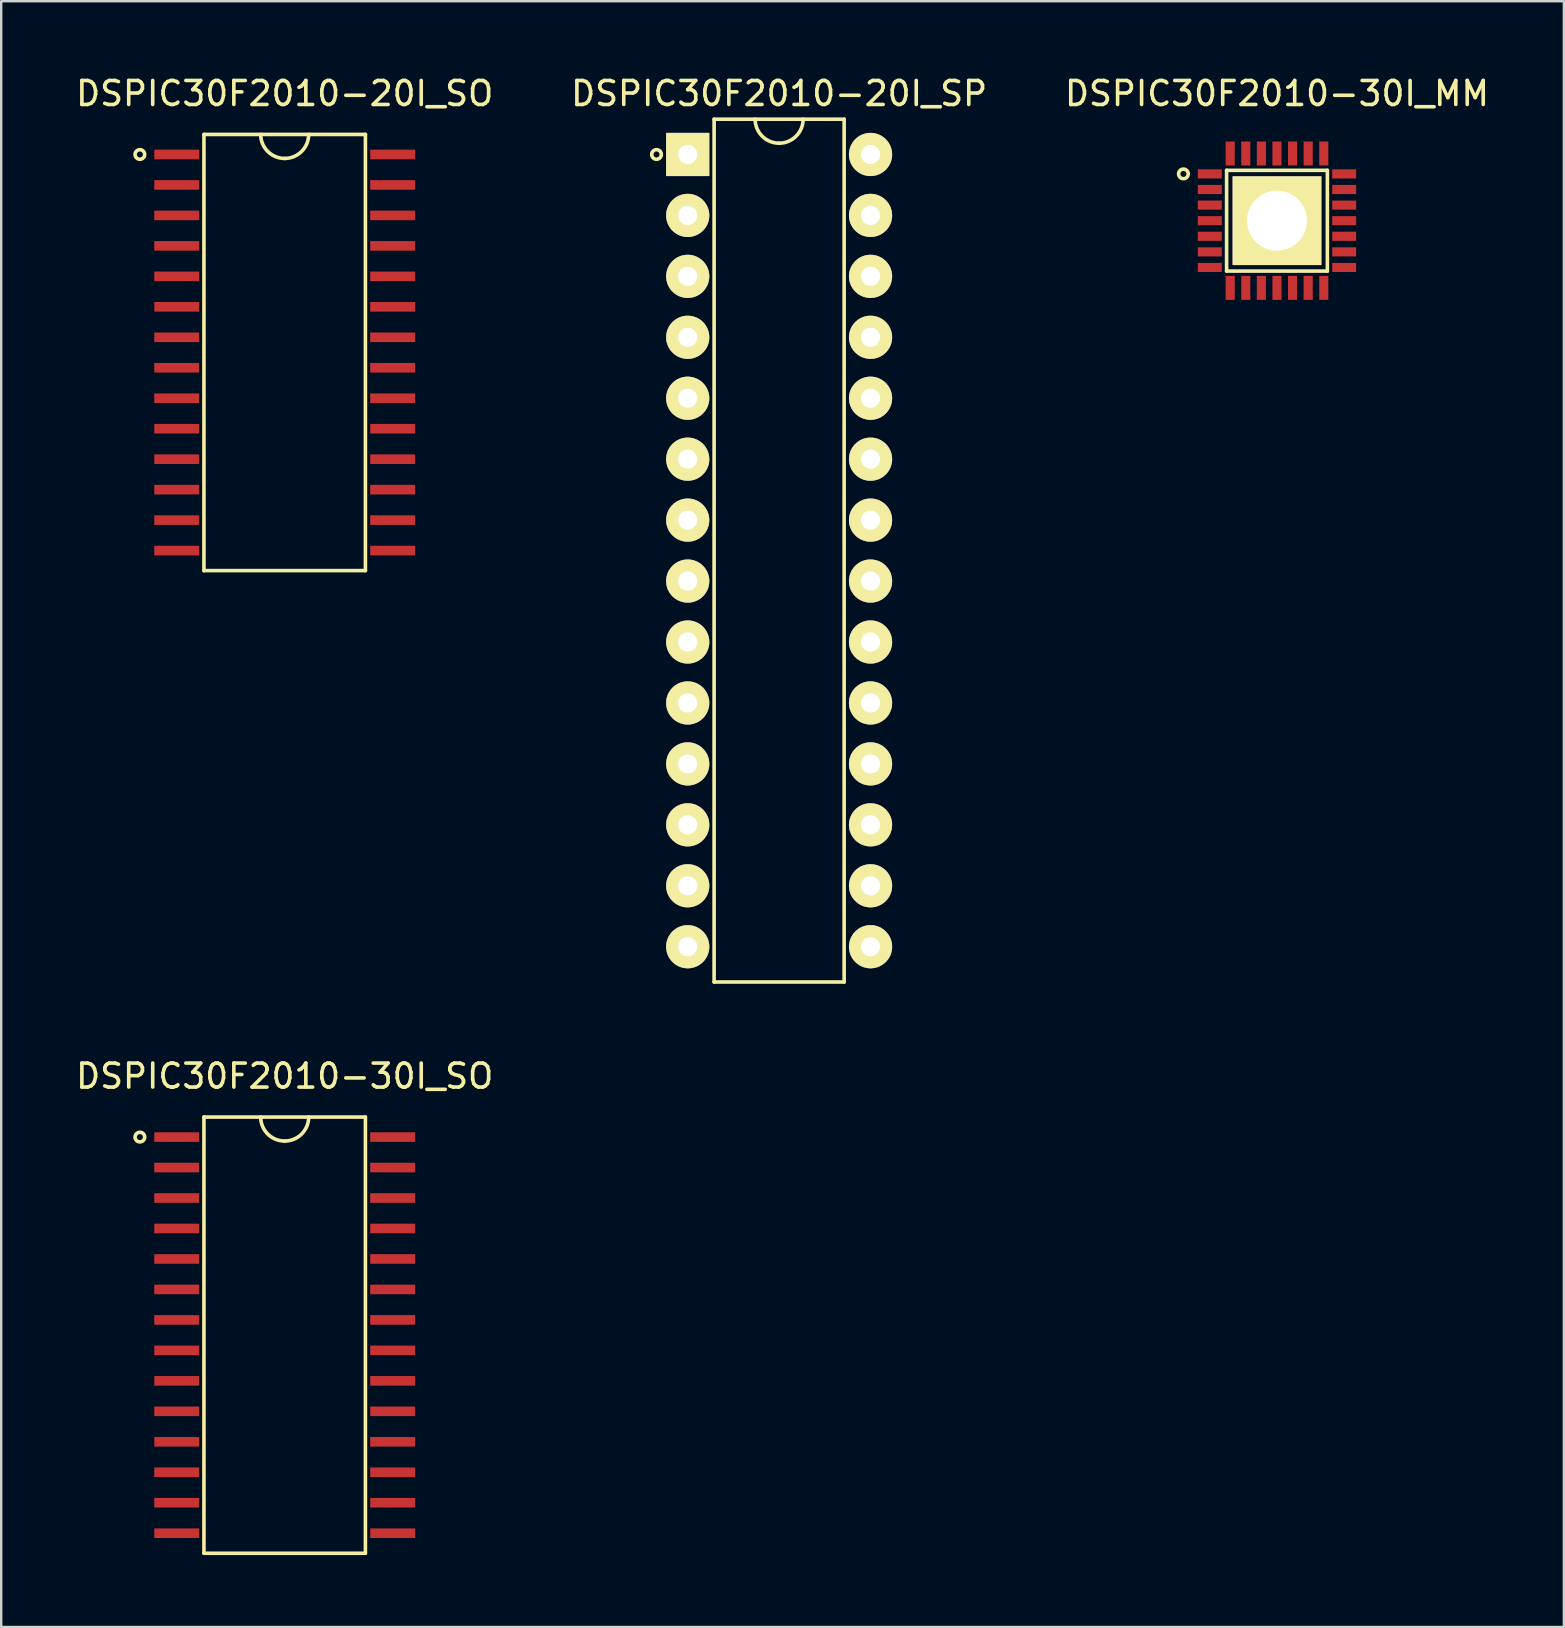
<source format=kicad_pcb>
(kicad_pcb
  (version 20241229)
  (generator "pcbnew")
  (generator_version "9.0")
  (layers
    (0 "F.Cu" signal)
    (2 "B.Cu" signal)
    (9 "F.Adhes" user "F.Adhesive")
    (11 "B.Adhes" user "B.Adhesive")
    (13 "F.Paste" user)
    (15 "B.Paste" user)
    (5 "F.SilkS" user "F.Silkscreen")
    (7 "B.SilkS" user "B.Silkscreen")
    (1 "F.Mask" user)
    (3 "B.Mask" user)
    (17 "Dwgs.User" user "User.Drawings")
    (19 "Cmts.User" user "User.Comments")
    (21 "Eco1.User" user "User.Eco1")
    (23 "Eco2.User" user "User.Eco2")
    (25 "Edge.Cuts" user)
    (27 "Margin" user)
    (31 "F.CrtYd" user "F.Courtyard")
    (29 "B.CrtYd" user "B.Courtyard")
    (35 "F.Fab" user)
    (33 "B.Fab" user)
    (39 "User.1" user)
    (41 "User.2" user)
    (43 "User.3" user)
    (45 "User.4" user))
  (footprint "DSPIC30F2010-20I_SP"
    (layer "F.Cu")
    (at 25.613 3.388)
    (property "Reference" "DSPIC30F2010-20I_SP" (at 3.81 -2.54 0) (layer "F.SilkS") (effects (font (size 1 1) (thickness 0.15))))
    (attr through_hole)
    (fp_line (start 1.1 -1.47) (end 6.52 -1.47) (stroke (width 0.15) (type solid)) (layer "F.SilkS"))
    (fp_line (start 1.1 34.49) (end 1.1 -1.47) (stroke (width 0.15) (type solid)) (layer "F.SilkS"))
    (fp_line (start 6.52 -1.47) (end 6.52 34.49) (stroke (width 0.15) (type solid)) (layer "F.SilkS"))
    (fp_line (start 6.52 34.49) (end 1.1 34.49) (stroke (width 0.15) (type solid)) (layer "F.SilkS"))
    (fp_arc (start 3.81 -0.47) (mid 3.102893 -0.762893) (end 2.81 -1.47) (stroke (width 0.15) (type solid)) (layer "F.SilkS"))
    (fp_arc (start 4.81 -1.47) (mid 4.517107 -0.762893) (end 3.81 -0.47) (stroke (width 0.15) (type solid)) (layer "F.SilkS"))
    (fp_circle (center -1.3 0) (end -1.3 0.2) (stroke (width 0.15) (type solid)) (fill no) (layer "F.SilkS"))
    (pad "1" thru_hole rect (at 0 0) (size 1.8 1.8) (drill 0.8) (layers "*.Cu" "*.Mask" "F.SilkS"))
    (pad "2" thru_hole circle (at 0 2.54) (size 1.8 1.8) (drill 0.8) (layers "*.Cu" "*.Mask" "F.SilkS"))
    (pad "3" thru_hole circle (at 0 5.08) (size 1.8 1.8) (drill 0.8) (layers "*.Cu" "*.Mask" "F.SilkS"))
    (pad "4" thru_hole circle (at 0 7.62) (size 1.8 1.8) (drill 0.8) (layers "*.Cu" "*.Mask" "F.SilkS"))
    (pad "5" thru_hole circle (at 0 10.16) (size 1.8 1.8) (drill 0.8) (layers "*.Cu" "*.Mask" "F.SilkS"))
    (pad "6" thru_hole circle (at 0 12.7) (size 1.8 1.8) (drill 0.8) (layers "*.Cu" "*.Mask" "F.SilkS"))
    (pad "7" thru_hole circle (at 0 15.24) (size 1.8 1.8) (drill 0.8) (layers "*.Cu" "*.Mask" "F.SilkS"))
    (pad "8" thru_hole circle (at 0 17.78) (size 1.8 1.8) (drill 0.8) (layers "*.Cu" "*.Mask" "F.SilkS"))
    (pad "9" thru_hole circle (at 0 20.32) (size 1.8 1.8) (drill 0.8) (layers "*.Cu" "*.Mask" "F.SilkS"))
    (pad "10" thru_hole circle (at 0 22.86) (size 1.8 1.8) (drill 0.8) (layers "*.Cu" "*.Mask" "F.SilkS"))
    (pad "11" thru_hole circle (at 0 25.4) (size 1.8 1.8) (drill 0.8) (layers "*.Cu" "*.Mask" "F.SilkS"))
    (pad "12" thru_hole circle (at 0 27.94) (size 1.8 1.8) (drill 0.8) (layers "*.Cu" "*.Mask" "F.SilkS"))
    (pad "13" thru_hole circle (at 0 30.48) (size 1.8 1.8) (drill 0.8) (layers "*.Cu" "*.Mask" "F.SilkS"))
    (pad "14" thru_hole circle (at 0 33.02) (size 1.8 1.8) (drill 0.8) (layers "*.Cu" "*.Mask" "F.SilkS"))
    (pad "15" thru_hole circle (at 7.62 33.02) (size 1.8 1.8) (drill 0.8) (layers "*.Cu" "*.Mask" "F.SilkS"))
    (pad "16" thru_hole circle (at 7.62 30.48) (size 1.8 1.8) (drill 0.8) (layers "*.Cu" "*.Mask" "F.SilkS"))
    (pad "17" thru_hole circle (at 7.62 27.94) (size 1.8 1.8) (drill 0.8) (layers "*.Cu" "*.Mask" "F.SilkS"))
    (pad "18" thru_hole circle (at 7.62 25.4) (size 1.8 1.8) (drill 0.8) (layers "*.Cu" "*.Mask" "F.SilkS"))
    (pad "19" thru_hole circle (at 7.62 22.86) (size 1.8 1.8) (drill 0.8) (layers "*.Cu" "*.Mask" "F.SilkS"))
    (pad "20" thru_hole circle (at 7.62 20.32) (size 1.8 1.8) (drill 0.8) (layers "*.Cu" "*.Mask" "F.SilkS"))
    (pad "21" thru_hole circle (at 7.62 17.78) (size 1.8 1.8) (drill 0.8) (layers "*.Cu" "*.Mask" "F.SilkS"))
    (pad "22" thru_hole circle (at 7.62 15.24) (size 1.8 1.8) (drill 0.8) (layers "*.Cu" "*.Mask" "F.SilkS"))
    (pad "23" thru_hole circle (at 7.62 12.7) (size 1.8 1.8) (drill 0.8) (layers "*.Cu" "*.Mask" "F.SilkS"))
    (pad "24" thru_hole circle (at 7.62 10.16) (size 1.8 1.8) (drill 0.8) (layers "*.Cu" "*.Mask" "F.SilkS"))
    (pad "25" thru_hole circle (at 7.62 7.62) (size 1.8 1.8) (drill 0.8) (layers "*.Cu" "*.Mask" "F.SilkS"))
    (pad "26" thru_hole circle (at 7.62 5.08) (size 1.8 1.8) (drill 0.8) (layers "*.Cu" "*.Mask" "F.SilkS"))
    (pad "27" thru_hole circle (at 7.62 2.54) (size 1.8 1.8) (drill 0.8) (layers "*.Cu" "*.Mask" "F.SilkS"))
    (pad "28" thru_hole circle (at 7.62 0) (size 1.8 1.8) (drill 0.8) (layers "*.Cu" "*.Mask" "F.SilkS")))
  (footprint "DSPIC30F2010-30I_SO"
    (layer "F.Cu")
    (at 4.315 44.342)
    (property "Reference" "DSPIC30F2010-30I_SO" (at 4.5 -2.54 0) (layer "F.SilkS") (effects (font (size 1 1) (thickness 0.15))))
    (attr through_hole)
    (fp_line (start 1.135 -0.835) (end 7.865 -0.835) (stroke (width 0.15) (type solid)) (layer "F.SilkS"))
    (fp_line (start 1.135 17.345) (end 1.135 -0.835) (stroke (width 0.15) (type solid)) (layer "F.SilkS"))
    (fp_line (start 7.865 -0.835) (end 7.865 17.345) (stroke (width 0.15) (type solid)) (layer "F.SilkS"))
    (fp_line (start 7.865 17.345) (end 1.135 17.345) (stroke (width 0.15) (type solid)) (layer "F.SilkS"))
    (fp_arc (start 4.5 0.165) (mid 3.792893 -0.127893) (end 3.5 -0.835) (stroke (width 0.15) (type solid)) (layer "F.SilkS"))
    (fp_arc (start 5.5 -0.835) (mid 5.207107 -0.127893) (end 4.5 0.165) (stroke (width 0.15) (type solid)) (layer "F.SilkS"))
    (fp_circle (center -1.535 0) (end -1.535 0.2) (stroke (width 0.15) (type solid)) (fill no) (layer "F.SilkS"))
    (pad "1" smd rect (at 0 0) (size 1.87 0.4) (layers "F.Cu" "F.Mask" "F.Paste"))
    (pad "2" smd rect (at 0 1.27) (size 1.87 0.4) (layers "F.Cu" "F.Mask" "F.Paste"))
    (pad "3" smd rect (at 0 2.54) (size 1.87 0.4) (layers "F.Cu" "F.Mask" "F.Paste"))
    (pad "4" smd rect (at 0 3.81) (size 1.87 0.4) (layers "F.Cu" "F.Mask" "F.Paste"))
    (pad "5" smd rect (at 0 5.08) (size 1.87 0.4) (layers "F.Cu" "F.Mask" "F.Paste"))
    (pad "6" smd rect (at 0 6.35) (size 1.87 0.4) (layers "F.Cu" "F.Mask" "F.Paste"))
    (pad "7" smd rect (at 0 7.62) (size 1.87 0.4) (layers "F.Cu" "F.Mask" "F.Paste"))
    (pad "8" smd rect (at 0 8.89) (size 1.87 0.4) (layers "F.Cu" "F.Mask" "F.Paste"))
    (pad "9" smd rect (at 0 10.16) (size 1.87 0.4) (layers "F.Cu" "F.Mask" "F.Paste"))
    (pad "10" smd rect (at 0 11.43) (size 1.87 0.4) (layers "F.Cu" "F.Mask" "F.Paste"))
    (pad "11" smd rect (at 0 12.7) (size 1.87 0.4) (layers "F.Cu" "F.Mask" "F.Paste"))
    (pad "12" smd rect (at 0 13.97) (size 1.87 0.4) (layers "F.Cu" "F.Mask" "F.Paste"))
    (pad "13" smd rect (at 0 15.24) (size 1.87 0.4) (layers "F.Cu" "F.Mask" "F.Paste"))
    (pad "14" smd rect (at 0 16.51) (size 1.87 0.4) (layers "F.Cu" "F.Mask" "F.Paste"))
    (pad "15" smd rect (at 9 16.51) (size 1.87 0.4) (layers "F.Cu" "F.Mask" "F.Paste"))
    (pad "16" smd rect (at 9 15.24) (size 1.87 0.4) (layers "F.Cu" "F.Mask" "F.Paste"))
    (pad "17" smd rect (at 9 13.97) (size 1.87 0.4) (layers "F.Cu" "F.Mask" "F.Paste"))
    (pad "18" smd rect (at 9 12.7) (size 1.87 0.4) (layers "F.Cu" "F.Mask" "F.Paste"))
    (pad "19" smd rect (at 9 11.43) (size 1.87 0.4) (layers "F.Cu" "F.Mask" "F.Paste"))
    (pad "20" smd rect (at 9 10.16) (size 1.87 0.4) (layers "F.Cu" "F.Mask" "F.Paste"))
    (pad "21" smd rect (at 9 8.89) (size 1.87 0.4) (layers "F.Cu" "F.Mask" "F.Paste"))
    (pad "22" smd rect (at 9 7.62) (size 1.87 0.4) (layers "F.Cu" "F.Mask" "F.Paste"))
    (pad "23" smd rect (at 9 6.35) (size 1.87 0.4) (layers "F.Cu" "F.Mask" "F.Paste"))
    (pad "24" smd rect (at 9 5.08) (size 1.87 0.4) (layers "F.Cu" "F.Mask" "F.Paste"))
    (pad "25" smd rect (at 9 3.81) (size 1.87 0.4) (layers "F.Cu" "F.Mask" "F.Paste"))
    (pad "26" smd rect (at 9 2.54) (size 1.87 0.4) (layers "F.Cu" "F.Mask" "F.Paste"))
    (pad "27" smd rect (at 9 1.27) (size 1.87 0.4) (layers "F.Cu" "F.Mask" "F.Paste"))
    (pad "28" smd rect (at 9 0) (size 1.87 0.4) (layers "F.Cu" "F.Mask" "F.Paste")))
  (footprint "DSPIC30F2010-30I_MM"
    (layer "F.Cu")
    (at 47.373 3.348)
    (property "Reference" "DSPIC30F2010-30I_MM" (at 2.8 -2.5 0) (layer "F.SilkS") (effects (font (size 1 1) (thickness 0.15))))
    (attr through_hole)
    (fp_line (start 0.7 0.7) (end 0.7 4.9) (stroke (width 0.15) (type solid)) (layer "F.SilkS"))
    (fp_line (start 0.7 0.7) (end 4.9 0.7) (stroke (width 0.15) (type solid)) (layer "F.SilkS"))
    (fp_line (start 0.7 4.9) (end 4.9 4.9) (stroke (width 0.15) (type solid)) (layer "F.SilkS"))
    (fp_line (start 4.9 4.9) (end 4.9 0.7) (stroke (width 0.15) (type solid)) (layer "F.SilkS"))
    (fp_circle (center -1.1 0.85) (end -1.1 0.65) (stroke (width 0.15) (type solid)) (fill no) (layer "F.SilkS"))
    (fp_circle (center 1.7 1.7) (end 1.7 1.2) (stroke (width 0.15) (type solid)) (fill no) (layer "F.SilkS"))
    (pad "1" smd rect (at 0 0.85) (size 1 0.38) (layers "F.Cu" "F.Mask" "F.Paste"))
    (pad "2" smd rect (at 0 1.5) (size 1 0.38) (layers "F.Cu" "F.Mask" "F.Paste"))
    (pad "3" smd rect (at 0 2.15) (size 1 0.38) (layers "F.Cu" "F.Mask" "F.Paste"))
    (pad "4" smd rect (at 0 2.8) (size 1 0.38) (layers "F.Cu" "F.Mask" "F.Paste"))
    (pad "5" smd rect (at 0 3.45) (size 1 0.38) (layers "F.Cu" "F.Mask" "F.Paste"))
    (pad "6" smd rect (at 0 4.1) (size 1 0.38) (layers "F.Cu" "F.Mask" "F.Paste"))
    (pad "7" smd rect (at 0 4.75) (size 1 0.38) (layers "F.Cu" "F.Mask" "F.Paste"))
    (pad "8" smd rect (at 0.85 5.6) (size 0.38 1) (layers "F.Cu" "F.Mask" "F.Paste"))
    (pad "9" smd rect (at 1.5 5.6) (size 0.38 1) (layers "F.Cu" "F.Mask" "F.Paste"))
    (pad "10" smd rect (at 2.15 5.6) (size 0.38 1) (layers "F.Cu" "F.Mask" "F.Paste"))
    (pad "11" smd rect (at 2.8 5.6) (size 0.38 1) (layers "F.Cu" "F.Mask" "F.Paste"))
    (pad "12" smd rect (at 3.45 5.6) (size 0.38 1) (layers "F.Cu" "F.Mask" "F.Paste"))
    (pad "13" smd rect (at 4.1 5.6) (size 0.38 1) (layers "F.Cu" "F.Mask" "F.Paste"))
    (pad "14" smd rect (at 4.75 5.6) (size 0.38 1) (layers "F.Cu" "F.Mask" "F.Paste"))
    (pad "15" smd rect (at 5.6 4.75) (size 1 0.38) (layers "F.Cu" "F.Mask" "F.Paste"))
    (pad "16" smd rect (at 5.6 4.1) (size 1 0.38) (layers "F.Cu" "F.Mask" "F.Paste"))
    (pad "17" smd rect (at 5.6 3.45) (size 1 0.38) (layers "F.Cu" "F.Mask" "F.Paste"))
    (pad "18" smd rect (at 5.6 2.8) (size 1 0.38) (layers "F.Cu" "F.Mask" "F.Paste"))
    (pad "19" smd rect (at 5.6 2.15) (size 1 0.38) (layers "F.Cu" "F.Mask" "F.Paste"))
    (pad "20" smd rect (at 5.6 1.5) (size 1 0.38) (layers "F.Cu" "F.Mask" "F.Paste"))
    (pad "21" smd rect (at 5.6 0.85) (size 1 0.38) (layers "F.Cu" "F.Mask" "F.Paste"))
    (pad "22" smd rect (at 4.75 0) (size 0.38 1) (layers "F.Cu" "F.Mask" "F.Paste"))
    (pad "23" smd rect (at 4.1 0) (size 0.38 1) (layers "F.Cu" "F.Mask" "F.Paste"))
    (pad "24" smd rect (at 3.45 0) (size 0.38 1) (layers "F.Cu" "F.Mask" "F.Paste"))
    (pad "25" smd rect (at 2.8 0) (size 0.38 1) (layers "F.Cu" "F.Mask" "F.Paste"))
    (pad "26" smd rect (at 2.15 0) (size 0.38 1) (layers "F.Cu" "F.Mask" "F.Paste"))
    (pad "27" smd rect (at 1.5 0) (size 0.38 1) (layers "F.Cu" "F.Mask" "F.Paste"))
    (pad "28" smd rect (at 0.85 0) (size 0.38 1) (layers "F.Cu" "F.Mask" "F.Paste"))
    (pad "999" thru_hole rect (at 2.8 2.8) (size 3.7 3.7) (drill 2.5) (layers "*.Cu" "*.Mask" "F.SilkS")))
  (footprint "DSPIC30F2010-20I_SO"
    (layer "F.Cu")
    (at 4.315 3.388)
    (property "Reference" "DSPIC30F2010-20I_SO" (at 4.5 -2.54 0) (layer "F.SilkS") (effects (font (size 1 1) (thickness 0.15))))
    (attr through_hole)
    (fp_line (start 1.135 -0.835) (end 7.865 -0.835) (stroke (width 0.15) (type solid)) (layer "F.SilkS"))
    (fp_line (start 1.135 17.345) (end 1.135 -0.835) (stroke (width 0.15) (type solid)) (layer "F.SilkS"))
    (fp_line (start 7.865 -0.835) (end 7.865 17.345) (stroke (width 0.15) (type solid)) (layer "F.SilkS"))
    (fp_line (start 7.865 17.345) (end 1.135 17.345) (stroke (width 0.15) (type solid)) (layer "F.SilkS"))
    (fp_arc (start 4.5 0.165) (mid 3.792893 -0.127893) (end 3.5 -0.835) (stroke (width 0.15) (type solid)) (layer "F.SilkS"))
    (fp_arc (start 5.5 -0.835) (mid 5.207107 -0.127893) (end 4.5 0.165) (stroke (width 0.15) (type solid)) (layer "F.SilkS"))
    (fp_circle (center -1.535 0) (end -1.535 0.2) (stroke (width 0.15) (type solid)) (fill no) (layer "F.SilkS"))
    (pad "1" smd rect (at 0 0) (size 1.87 0.4) (layers "F.Cu" "F.Mask" "F.Paste"))
    (pad "2" smd rect (at 0 1.27) (size 1.87 0.4) (layers "F.Cu" "F.Mask" "F.Paste"))
    (pad "3" smd rect (at 0 2.54) (size 1.87 0.4) (layers "F.Cu" "F.Mask" "F.Paste"))
    (pad "4" smd rect (at 0 3.81) (size 1.87 0.4) (layers "F.Cu" "F.Mask" "F.Paste"))
    (pad "5" smd rect (at 0 5.08) (size 1.87 0.4) (layers "F.Cu" "F.Mask" "F.Paste"))
    (pad "6" smd rect (at 0 6.35) (size 1.87 0.4) (layers "F.Cu" "F.Mask" "F.Paste"))
    (pad "7" smd rect (at 0 7.62) (size 1.87 0.4) (layers "F.Cu" "F.Mask" "F.Paste"))
    (pad "8" smd rect (at 0 8.89) (size 1.87 0.4) (layers "F.Cu" "F.Mask" "F.Paste"))
    (pad "9" smd rect (at 0 10.16) (size 1.87 0.4) (layers "F.Cu" "F.Mask" "F.Paste"))
    (pad "10" smd rect (at 0 11.43) (size 1.87 0.4) (layers "F.Cu" "F.Mask" "F.Paste"))
    (pad "11" smd rect (at 0 12.7) (size 1.87 0.4) (layers "F.Cu" "F.Mask" "F.Paste"))
    (pad "12" smd rect (at 0 13.97) (size 1.87 0.4) (layers "F.Cu" "F.Mask" "F.Paste"))
    (pad "13" smd rect (at 0 15.24) (size 1.87 0.4) (layers "F.Cu" "F.Mask" "F.Paste"))
    (pad "14" smd rect (at 0 16.51) (size 1.87 0.4) (layers "F.Cu" "F.Mask" "F.Paste"))
    (pad "15" smd rect (at 9 16.51) (size 1.87 0.4) (layers "F.Cu" "F.Mask" "F.Paste"))
    (pad "16" smd rect (at 9 15.24) (size 1.87 0.4) (layers "F.Cu" "F.Mask" "F.Paste"))
    (pad "17" smd rect (at 9 13.97) (size 1.87 0.4) (layers "F.Cu" "F.Mask" "F.Paste"))
    (pad "18" smd rect (at 9 12.7) (size 1.87 0.4) (layers "F.Cu" "F.Mask" "F.Paste"))
    (pad "19" smd rect (at 9 11.43) (size 1.87 0.4) (layers "F.Cu" "F.Mask" "F.Paste"))
    (pad "20" smd rect (at 9 10.16) (size 1.87 0.4) (layers "F.Cu" "F.Mask" "F.Paste"))
    (pad "21" smd rect (at 9 8.89) (size 1.87 0.4) (layers "F.Cu" "F.Mask" "F.Paste"))
    (pad "22" smd rect (at 9 7.62) (size 1.87 0.4) (layers "F.Cu" "F.Mask" "F.Paste"))
    (pad "23" smd rect (at 9 6.35) (size 1.87 0.4) (layers "F.Cu" "F.Mask" "F.Paste"))
    (pad "24" smd rect (at 9 5.08) (size 1.87 0.4) (layers "F.Cu" "F.Mask" "F.Paste"))
    (pad "25" smd rect (at 9 3.81) (size 1.87 0.4) (layers "F.Cu" "F.Mask" "F.Paste"))
    (pad "26" smd rect (at 9 2.54) (size 1.87 0.4) (layers "F.Cu" "F.Mask" "F.Paste"))
    (pad "27" smd rect (at 9 1.27) (size 1.87 0.4) (layers "F.Cu" "F.Mask" "F.Paste"))
    (pad "28" smd rect (at 9 0) (size 1.87 0.4) (layers "F.Cu" "F.Mask" "F.Paste")))
  (gr_rect
    (start -3 -3)
    (end 62.131 64.761)
    (stroke (width 0.1) (type default))
    (fill no)
    (layer "Edge.Cuts")))
</source>
